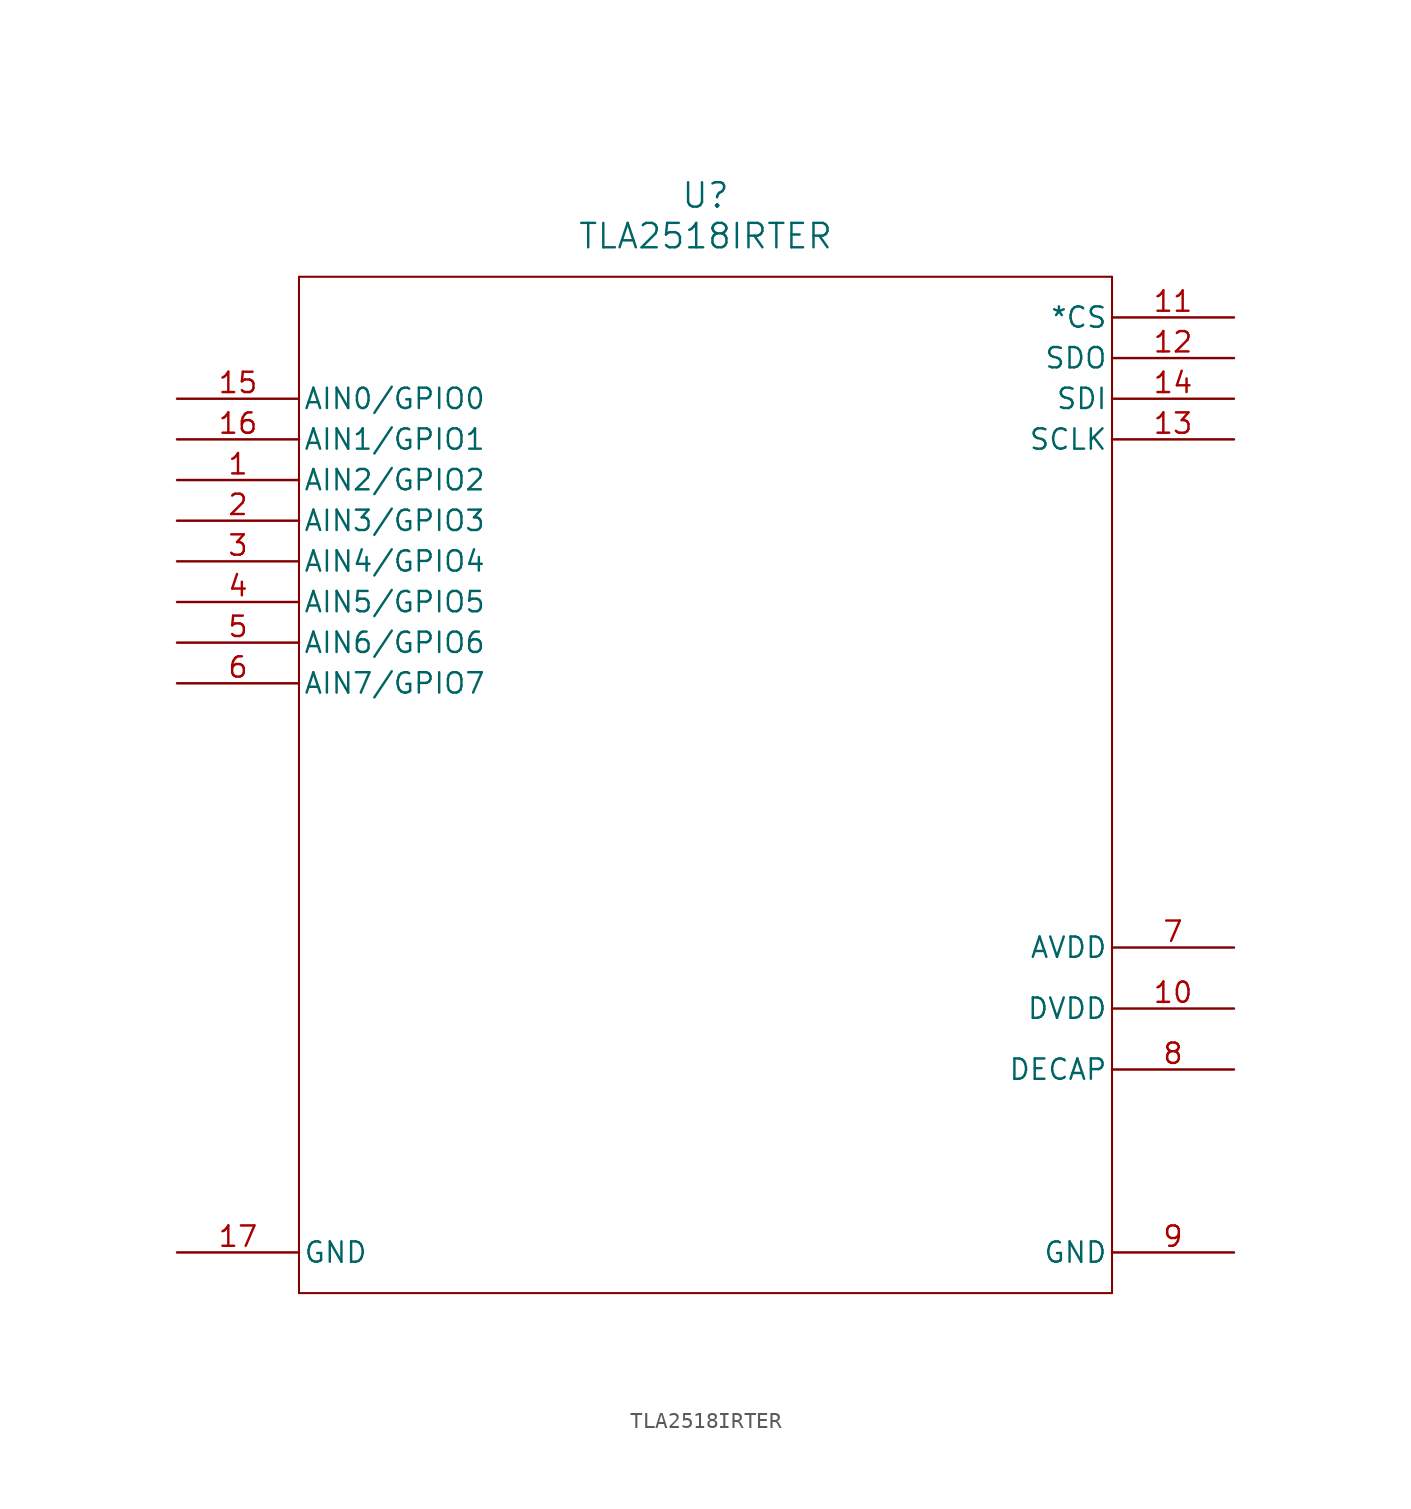
<source format=kicad_sym>
(kicad_symbol_lib
  (version 20241209)
  (generator "kicad_symbol_editor")
  (generator_version "9.0")
  (symbol "TLA2518IRTER"
    (pin_names
      (offset 0.254))
    (property "Reference" "U"
      (at 33.02 10.16 0)
      (effects (font (size 1.524 1.524))))
    (property "Value" "TLA2518IRTER"
      (at 33.02 7.62 0)
      (effects (font (size 1.524 1.524))))
    (property "ki_locked" ""
      (at 0 0 0)
      (effects (font (size 1.27 1.27))))
    (symbol "TLA2518IRTER_0_1"
      (polyline (pts (xy 7.62 5.08) (xy 7.62 -58.42)) (stroke (width 0.127) (type default)) (fill (type none)))
      (polyline (pts (xy 7.62 -58.42) (xy 58.42 -58.42)) (stroke (width 0.127) (type default)) (fill (type none)))
      (polyline (pts (xy 58.42 5.08) (xy 7.62 5.08)) (stroke (width 0.127) (type default)) (fill (type none)))
      (polyline (pts (xy 58.42 -58.42) (xy 58.42 5.08)) (stroke (width 0.127) (type default)) (fill (type none)))
      (pin bidirectional line (at 0 -2.54 0) (length 7.62) (name "AIN0/GPIO0" (effects (font (size 1.27 1.27)))) (number "15" (effects (font (size 1.27 1.27)))))
      (pin bidirectional line (at 0 -5.08 0) (length 7.62) (name "AIN1/GPIO1" (effects (font (size 1.27 1.27)))) (number "16" (effects (font (size 1.27 1.27)))))
      (pin bidirectional line (at 0 -7.62 0) (length 7.62) (name "AIN2/GPIO2" (effects (font (size 1.27 1.27)))) (number "1" (effects (font (size 1.27 1.27)))))
      (pin bidirectional line (at 0 -10.16 0) (length 7.62) (name "AIN3/GPIO3" (effects (font (size 1.27 1.27)))) (number "2" (effects (font (size 1.27 1.27)))))
      (pin bidirectional line (at 0 -12.7 0) (length 7.62) (name "AIN4/GPIO4" (effects (font (size 1.27 1.27)))) (number "3" (effects (font (size 1.27 1.27)))))
      (pin bidirectional line (at 0 -15.24 0) (length 7.62) (name "AIN5/GPIO5" (effects (font (size 1.27 1.27)))) (number "4" (effects (font (size 1.27 1.27)))))
      (pin bidirectional line (at 0 -17.78 0) (length 7.62) (name "AIN6/GPIO6" (effects (font (size 1.27 1.27)))) (number "5" (effects (font (size 1.27 1.27)))))
      (pin bidirectional line (at 0 -20.32 0) (length 7.62) (name "AIN7/GPIO7" (effects (font (size 1.27 1.27)))) (number "6" (effects (font (size 1.27 1.27)))))
      (pin power_out line (at 0 -55.88 0) (length 7.62) (name "GND" (effects (font (size 1.27 1.27)))) (number "17" (effects (font (size 1.27 1.27)))))
      (pin input line (at 66.04 2.54 180) (length 7.62) (name "*CS" (effects (font (size 1.27 1.27)))) (number "11" (effects (font (size 1.27 1.27)))))
      (pin output line (at 66.04 0 180) (length 7.62) (name "SDO" (effects (font (size 1.27 1.27)))) (number "12" (effects (font (size 1.27 1.27)))))
      (pin input line (at 66.04 -2.54 180) (length 7.62) (name "SDI" (effects (font (size 1.27 1.27)))) (number "14" (effects (font (size 1.27 1.27)))))
      (pin input line (at 66.04 -5.08 180) (length 7.62) (name "SCLK" (effects (font (size 1.27 1.27)))) (number "13" (effects (font (size 1.27 1.27)))))
      (pin power_in line (at 66.04 -36.83 180) (length 7.62) (name "AVDD" (effects (font (size 1.27 1.27)))) (number "7" (effects (font (size 1.27 1.27)))))
      (pin power_in line (at 66.04 -40.64 180) (length 7.62) (name "DVDD" (effects (font (size 1.27 1.27)))) (number "10" (effects (font (size 1.27 1.27)))))
      (pin unspecified line (at 66.04 -44.45 180) (length 7.62) (name "DECAP" (effects (font (size 1.27 1.27)))) (number "8" (effects (font (size 1.27 1.27)))))
      (pin power_out line (at 66.04 -55.88 180) (length 7.62) (name "GND" (effects (font (size 1.27 1.27)))) (number "9" (effects (font (size 1.27 1.27))))))))
</source>
